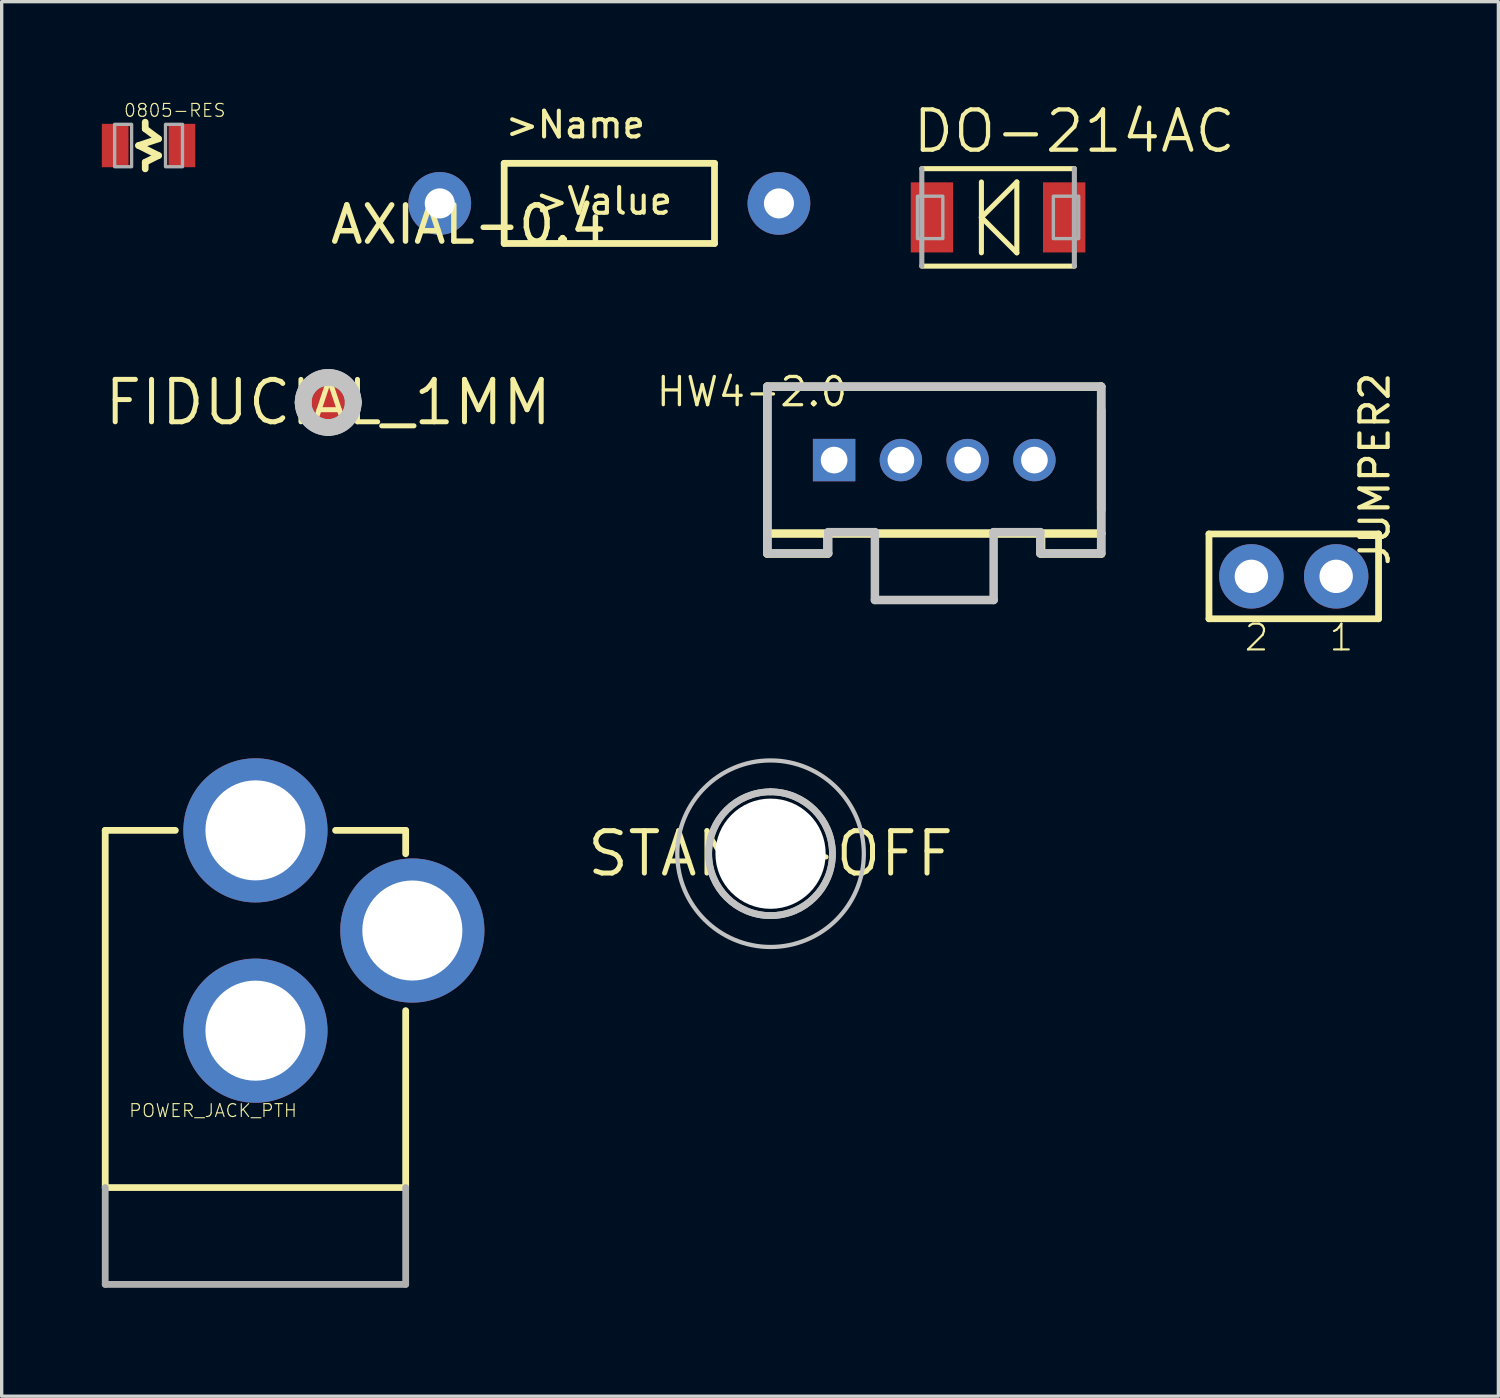
<source format=kicad_pcb>
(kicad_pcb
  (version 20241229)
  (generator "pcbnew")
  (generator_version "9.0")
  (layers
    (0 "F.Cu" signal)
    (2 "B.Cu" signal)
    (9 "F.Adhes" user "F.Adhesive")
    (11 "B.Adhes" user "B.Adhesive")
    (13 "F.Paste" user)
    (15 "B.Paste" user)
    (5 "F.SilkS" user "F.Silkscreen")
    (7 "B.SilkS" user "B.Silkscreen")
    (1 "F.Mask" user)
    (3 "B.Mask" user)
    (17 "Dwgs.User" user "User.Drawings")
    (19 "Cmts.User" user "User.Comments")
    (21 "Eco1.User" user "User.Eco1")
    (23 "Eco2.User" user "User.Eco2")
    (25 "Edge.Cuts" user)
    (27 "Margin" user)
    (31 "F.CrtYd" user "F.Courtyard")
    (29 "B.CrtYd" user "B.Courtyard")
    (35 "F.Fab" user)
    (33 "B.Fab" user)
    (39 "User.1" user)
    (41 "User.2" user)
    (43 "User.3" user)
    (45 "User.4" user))
  (footprint "STAND-OFF"
    (layer "F.Cu")
    (at 20.032 22.523)
    (property "Reference" "STAND-OFF" (at 0 0 0) (layer "F.SilkS") (effects (font (size 1.27 1.27) (thickness 0.15))))
    (attr through_hole)
    (fp_arc (start 0 -1.8542) (mid 1.8542 0) (end 0 1.8542) (stroke (width 0.2032) (type solid)) (layer "Dwgs.User"))
    (fp_arc (start 0 -1.8542) (mid 1.8542 0) (end 0 1.8542) (stroke (width 0.2032) (type solid)) (layer "Dwgs.User"))
    (fp_arc (start 0 1.8542) (mid -1.8542 0) (end 0 -1.8542) (stroke (width 0.2032) (type solid)) (layer "Dwgs.User"))
    (fp_arc (start 0 1.8542) (mid -1.8542 0) (end 0 -1.8542) (stroke (width 0.2032) (type solid)) (layer "Dwgs.User"))
    (fp_circle (center 0 0) (end 2.794 0) (stroke (width 0.127) (type solid)) (fill no) (layer "Dwgs.User"))
    (pad "" np_thru_hole circle (at 0 0) (size 3.302 3.302) (drill 3.302) (layers "*.Cu")))
  (footprint "AXIAL-0.4"
    (layer "F.Cu")
    (at 15.203 3.043)
    (property "Reference" "AXIAL-0.4" (at 0 0 180) (layer "F.SilkS") (effects (font (size 1.086 1.086) (thickness 0.163)) (justify right top)))
    (attr through_hole)
    (fp_line (start -3.15 -1.2) (end 3.15 -1.2) (stroke (width 0.203) (type solid)) (layer "F.SilkS"))
    (fp_line (start -3.15 1.2) (end -3.15 -1.2) (stroke (width 0.203) (type solid)) (layer "F.SilkS"))
    (fp_line (start 3.15 -1.2) (end 3.15 1.2) (stroke (width 0.203) (type solid)) (layer "F.SilkS"))
    (fp_line (start 3.15 1.2) (end -3.15 1.2) (stroke (width 0.203) (type solid)) (layer "F.SilkS"))
    (fp_text user ">Value" (at -2.286 0.381 0) (layer "F.SilkS") (effects (font (size 0.772 0.772) (thickness 0.122)) (justify left bottom)))
    (fp_text user ">Name" (at -3.175 -1.905 0) (layer "F.SilkS") (effects (font (size 0.772 0.772) (thickness 0.122)) (justify left bottom)))
    (pad "P$1" thru_hole circle (at -5.08 0) (size 1.88 1.88) (drill 0.9) (layers "*.Cu" "*.Mask"))
    (pad "P$2" thru_hole circle (at 5.08 0) (size 1.88 1.88) (drill 0.9) (layers "*.Cu" "*.Mask")))
  (footprint "0805-RES"
    (layer "F.Cu")
    (at 1.4 1.309)
    (property "Reference" "0805-RES" (at -0.762 -0.826 0) (layer "F.SilkS") (effects (font (size 0.386 0.386) (thickness 0.033)) (justify left bottom)))
    (attr through_hole)
    (fp_line (start -0.3 0) (end 0.3 0.3) (stroke (width 0.2) (type solid)) (layer "F.SilkS"))
    (fp_line (start -0.1 -0.7) (end -0.1 -0.5) (stroke (width 0.2) (type solid)) (layer "F.SilkS"))
    (fp_line (start -0.1 -0.5) (end 0.3 -0.2) (stroke (width 0.2) (type solid)) (layer "F.SilkS"))
    (fp_line (start -0.1 0.5) (end -0.1 0.7) (stroke (width 0.2) (type solid)) (layer "F.SilkS"))
    (fp_line (start 0.3 -0.2) (end -0.3 0) (stroke (width 0.2) (type solid)) (layer "F.SilkS"))
    (fp_line (start 0.3 0.3) (end -0.1 0.5) (stroke (width 0.2) (type solid)) (layer "F.SilkS"))
    (fp_poly (pts (xy -1.016 0.635) (xy -0.508 0.635) (xy -0.508 -0.635) (xy -1.016 -0.635)) (stroke (width 0.1) (type solid)) (fill no) (layer "F.Fab"))
    (fp_poly (pts (xy 0.508 0.635) (xy 1.016 0.635) (xy 1.016 -0.635) (xy 0.508 -0.635)) (stroke (width 0.1) (type solid)) (fill no) (layer "F.Fab"))
    (pad "1" smd rect (at -1 0) (size 0.8 1.3) (layers "F.Cu" "F.Mask" "F.Paste"))
    (pad "2" smd rect (at 1 0) (size 0.8 1.3) (layers "F.Cu" "F.Mask" "F.Paste")))
  (footprint "JUMPER2"
    (layer "F.Cu")
    (at 34.435 14.215)
    (property "Reference" "JUMPER2" (at 4.191 -0.254 90) (layer "F.SilkS") (effects (font (size 0.845 0.845) (thickness 0.127)) (justify left bottom)))
    (attr through_hole)
    (fp_line (start -1.27 -1.27) (end 3.81 -1.27) (stroke (width 0.203) (type solid)) (layer "F.SilkS"))
    (fp_line (start -1.27 1.27) (end -1.27 -1.27) (stroke (width 0.203) (type solid)) (layer "F.SilkS"))
    (fp_line (start 3.81 -1.27) (end 3.81 1.27) (stroke (width 0.203) (type solid)) (layer "F.SilkS"))
    (fp_line (start 3.81 1.27) (end -1.27 1.27) (stroke (width 0.203) (type solid)) (layer "F.SilkS"))
    (fp_poly (pts (xy -0.305 0.305) (xy 0.305 0.305) (xy 0.305 -0.305) (xy -0.305 -0.305)) (stroke (width 0.1) (type solid)) (fill no) (layer "F.Fab"))
    (fp_poly (pts (xy 2.235 0.305) (xy 2.845 0.305) (xy 2.845 -0.305) (xy 2.235 -0.305)) (stroke (width 0.1) (type solid)) (fill no) (layer "F.Fab"))
    (fp_text user "1" (at 2.286 2.286 0) (layer "F.SilkS") (effects (font (size 0.772 0.772) (thickness 0.065)) (justify left bottom)))
    (fp_text user "2" (at -0.254 2.286 0) (layer "F.SilkS") (effects (font (size 0.772 0.772) (thickness 0.065)) (justify left bottom)))
    (pad "1" thru_hole circle (at 2.54 0 90) (size 1.93 1.93) (drill 1) (layers "*.Cu" "*.Mask"))
    (pad "2" thru_hole circle (at 0 0 90) (size 1.93 1.93) (drill 1) (layers "*.Cu" "*.Mask")))
  (footprint "DO-214AC"
    (layer "F.Cu")
    (at 26.848 3.462)
    (property "Reference" "DO-214AC" (at -2.625 -1.875 0) (layer "F.SilkS") (effects (font (size 1.206 1.206) (thickness 0.127)) (justify left bottom)))
    (attr through_hole)
    (fp_line (start -2.285 -1.46) (end 2.285 -1.46) (stroke (width 0.152) (type solid)) (layer "F.SilkS"))
    (fp_line (start -2.285 1.46) (end 2.285 1.46) (stroke (width 0.152) (type solid)) (layer "F.SilkS"))
    (fp_line (start -0.5 -1.061) (end -0.5 0) (stroke (width 0.152) (type solid)) (layer "F.SilkS"))
    (fp_line (start -0.5 0) (end -0.5 1.061) (stroke (width 0.152) (type solid)) (layer "F.SilkS"))
    (fp_line (start -0.5 0) (end 0.561 -1.061) (stroke (width 0.152) (type solid)) (layer "F.SilkS"))
    (fp_line (start 0.561 -1.061) (end 0.561 1.061) (stroke (width 0.152) (type solid)) (layer "F.SilkS"))
    (fp_line (start 0.561 1.061) (end -0.5 0) (stroke (width 0.152) (type solid)) (layer "F.SilkS"))
    (fp_line (start -2.285 -1.46) (end -2.285 1.46) (stroke (width 0.152) (type solid)) (layer "F.Fab"))
    (fp_line (start 2.285 -1.46) (end 2.285 1.46) (stroke (width 0.152) (type solid)) (layer "F.Fab"))
    (fp_poly (pts (xy -2.415 0.635) (xy -1.655 0.635) (xy -1.655 -0.635) (xy -2.415 -0.635)) (stroke (width 0.1) (type solid)) (fill no) (layer "F.Fab"))
    (fp_poly (pts (xy 1.655 0.635) (xy 2.415 0.635) (xy 2.415 -0.635) (xy 1.655 -0.635)) (stroke (width 0.1) (type solid)) (fill no) (layer "F.Fab"))
    (pad "1" smd rect (at -1.98 0) (size 1.27 2.1) (layers "F.Cu" "F.Mask" "F.Paste"))
    (pad "2" smd rect (at 1.98 0) (size 1.27 2.1) (layers "F.Cu" "F.Mask" "F.Paste")))
  (footprint "POWER_JACK_PTH"
    (layer "F.Cu")
    (at 4.602 35.524)
    (property "Reference" "POWER_JACK_PTH" (at -3.81 -5.08 0) (layer "F.SilkS") (effects (font (size 0.386 0.386) (thickness 0.033)) (justify left bottom)))
    (attr through_hole)
    (fp_line (start -4.5 -13.7) (end -2.4 -13.7) (stroke (width 0.203) (type solid)) (layer "F.SilkS"))
    (fp_line (start -4.5 -3) (end -4.5 -13.7) (stroke (width 0.203) (type solid)) (layer "F.SilkS"))
    (fp_line (start -4.5 -3) (end 4.5 -3) (stroke (width 0.203) (type solid)) (layer "F.SilkS"))
    (fp_line (start 4.5 -13.7) (end 2.4 -13.7) (stroke (width 0.203) (type solid)) (layer "F.SilkS"))
    (fp_line (start 4.5 -13.7) (end 4.5 -13) (stroke (width 0.203) (type solid)) (layer "F.SilkS"))
    (fp_line (start 4.5 -3) (end 4.5 -8.3) (stroke (width 0.203) (type solid)) (layer "F.SilkS"))
    (fp_line (start -4.5 -3) (end -4.5 -0.1) (stroke (width 0.203) (type solid)) (layer "F.Fab"))
    (fp_line (start 4.5 -0.1) (end -4.5 -0.1) (stroke (width 0.203) (type solid)) (layer "F.Fab"))
    (fp_line (start 4.5 -0.1) (end 4.5 -3) (stroke (width 0.203) (type solid)) (layer "F.Fab"))
    (pad "GND" thru_hole circle (at 0 -7.7) (size 4.318 4.318) (drill 2.997) (layers "*.Cu" "*.Mask"))
    (pad "GNDBREAK" thru_hole circle (at 4.7 -10.7 90) (size 4.318 4.318) (drill 2.997) (layers "*.Cu" "*.Mask"))
    (pad "PWR" thru_hole circle (at 0 -13.7) (size 4.318 4.318) (drill 2.997) (layers "*.Cu" "*.Mask")))
  (footprint "HW4-2.0"
    (layer "F.Cu")
    (at 24.936 10.732)
    (property "Reference" "HW4-2.0" (at -2.54 -2.54 0) (layer "F.SilkS") (effects (font (size 0.845 0.845) (thickness 0.098)) (justify right top)))
    (attr through_hole)
    (fp_line (start -5 -2.2) (end -5 2.2) (stroke (width 0.254) (type solid)) (layer "F.SilkS"))
    (fp_line (start -5 -2.2) (end 5 -2.2) (stroke (width 0.254) (type solid)) (layer "F.SilkS"))
    (fp_line (start -5 -1) (end -5 1) (stroke (width 0.127) (type solid)) (layer "F.SilkS"))
    (fp_line (start -5 2.2) (end -5 2.8) (stroke (width 0.254) (type solid)) (layer "F.SilkS"))
    (fp_line (start -5 2.2) (end -3.2 2.2) (stroke (width 0.254) (type solid)) (layer "F.SilkS"))
    (fp_line (start -5 2.8) (end -3.2 2.8) (stroke (width 0.254) (type solid)) (layer "F.SilkS"))
    (fp_line (start -3.2 2.2) (end 3.2 2.2) (stroke (width 0.254) (type solid)) (layer "F.SilkS"))
    (fp_line (start -3.2 2.8) (end -3.2 2.2) (stroke (width 0.254) (type solid)) (layer "F.SilkS"))
    (fp_line (start 3.2 2.2) (end 3.2 2.8) (stroke (width 0.254) (type solid)) (layer "F.SilkS"))
    (fp_line (start 3.2 2.2) (end 5 2.2) (stroke (width 0.254) (type solid)) (layer "F.SilkS"))
    (fp_line (start 3.2 2.8) (end 5 2.8) (stroke (width 0.254) (type solid)) (layer "F.SilkS"))
    (fp_line (start 5 -1.5) (end 5 1.5) (stroke (width 0.254) (type solid)) (layer "F.SilkS"))
    (fp_line (start 5 2.2) (end 5 -2.2) (stroke (width 0.254) (type solid)) (layer "F.SilkS"))
    (fp_line (start 5 2.8) (end 5 2.2) (stroke (width 0.254) (type solid)) (layer "F.SilkS"))
    (fp_line (start -5 -2.2) (end 5 -2.2) (stroke (width 0.254) (type solid)) (layer "Dwgs.User"))
    (fp_line (start -5 2.8) (end -5 -2.2) (stroke (width 0.254) (type solid)) (layer "Dwgs.User"))
    (fp_line (start -4.953 2.794) (end -3.175 2.794) (stroke (width 0.254) (type solid)) (layer "Dwgs.User"))
    (fp_line (start -3.175 2.159) (end -1.778 2.159) (stroke (width 0.254) (type solid)) (layer "Dwgs.User"))
    (fp_line (start -3.175 2.794) (end -3.175 2.159) (stroke (width 0.254) (type solid)) (layer "Dwgs.User"))
    (fp_line (start -1.778 2.159) (end -1.778 4.191) (stroke (width 0.254) (type solid)) (layer "Dwgs.User"))
    (fp_line (start -1.778 4.191) (end 1.778 4.191) (stroke (width 0.254) (type solid)) (layer "Dwgs.User"))
    (fp_line (start 1.778 2.159) (end 3.175 2.159) (stroke (width 0.254) (type solid)) (layer "Dwgs.User"))
    (fp_line (start 1.778 4.191) (end 1.778 2.159) (stroke (width 0.254) (type solid)) (layer "Dwgs.User"))
    (fp_line (start 3.175 2.159) (end 3.175 2.794) (stroke (width 0.254) (type solid)) (layer "Dwgs.User"))
    (fp_line (start 3.175 2.794) (end 4.953 2.794) (stroke (width 0.254) (type solid)) (layer "Dwgs.User"))
    (fp_line (start 5 -2.2) (end 5 2.8) (stroke (width 0.254) (type solid)) (layer "Dwgs.User"))
    (pad "1" thru_hole rect (at -3 0) (size 1.27 1.27) (drill 0.8) (layers "*.Cu" "*.Mask"))
    (pad "2" thru_hole circle (at -1 0) (size 1.27 1.27) (drill 0.8) (layers "*.Cu" "*.Mask"))
    (pad "3" thru_hole circle (at 1 0) (size 1.27 1.27) (drill 0.8) (layers "*.Cu" "*.Mask"))
    (pad "4" thru_hole circle (at 3 0) (size 1.27 1.27) (drill 0.8) (layers "*.Cu" "*.Mask")))
  (footprint "FIDUCIAL_1MM"
    (layer "F.Cu")
    (at 6.781 9.005)
    (property "Reference" "FIDUCIAL_1MM" (at 0 0 0) (layer "F.SilkS") (effects (font (size 1.27 1.27) (thickness 0.15))))
    (attr through_hole)
    (fp_arc (start -0.75 0) (mid -0.53033 -0.53033) (end 0 -0.75) (stroke (width 0.5) (type solid)) (layer "F.Mask"))
    (fp_arc (start 0 -0.75) (mid 0.53033 -0.53033) (end 0.75 0) (stroke (width 0.5) (type solid)) (layer "F.Mask"))
    (fp_arc (start 0 0.75) (mid -0.53033 0.53033) (end -0.75 0) (stroke (width 0.5) (type solid)) (layer "F.Mask"))
    (fp_arc (start 0.75 0) (mid 0.53033 0.53033) (end 0 0.75) (stroke (width 0.5) (type solid)) (layer "F.Mask"))
    (fp_arc (start -0.75 0) (mid -0.53033 -0.53033) (end 0 -0.75) (stroke (width 0.5) (type solid)) (layer "Dwgs.User"))
    (fp_arc (start -0.75 0) (mid -0.53033 -0.53033) (end 0 -0.75) (stroke (width 0.5) (type solid)) (layer "Dwgs.User"))
    (fp_arc (start 0 -0.75) (mid 0.53033 -0.53033) (end 0.75 0) (stroke (width 0.5) (type solid)) (layer "Dwgs.User"))
    (fp_arc (start 0 -0.75) (mid 0.53033 -0.53033) (end 0.75 0) (stroke (width 0.5) (type solid)) (layer "Dwgs.User"))
    (fp_arc (start 0 0.75) (mid -0.53033 0.53033) (end -0.75 0) (stroke (width 0.5) (type solid)) (layer "Dwgs.User"))
    (fp_arc (start 0 0.75) (mid -0.53033 0.53033) (end -0.75 0) (stroke (width 0.5) (type solid)) (layer "Dwgs.User"))
    (fp_arc (start 0.75 0) (mid 0.53033 0.53033) (end 0 0.75) (stroke (width 0.5) (type solid)) (layer "Dwgs.User"))
    (fp_arc (start 0.75 0) (mid 0.53033 0.53033) (end 0 0.75) (stroke (width 0.5) (type solid)) (layer "Dwgs.User"))
    (pad "1" smd circle (at 0 0) (size 1 1) (layers "F.Cu" "F.Mask" "F.Paste")))
  (gr_rect
    (start -3 -3)
    (end 41.834 38.774)
    (stroke (width 0.1) (type default))
    (fill no)
    (layer "Edge.Cuts")))
</source>
